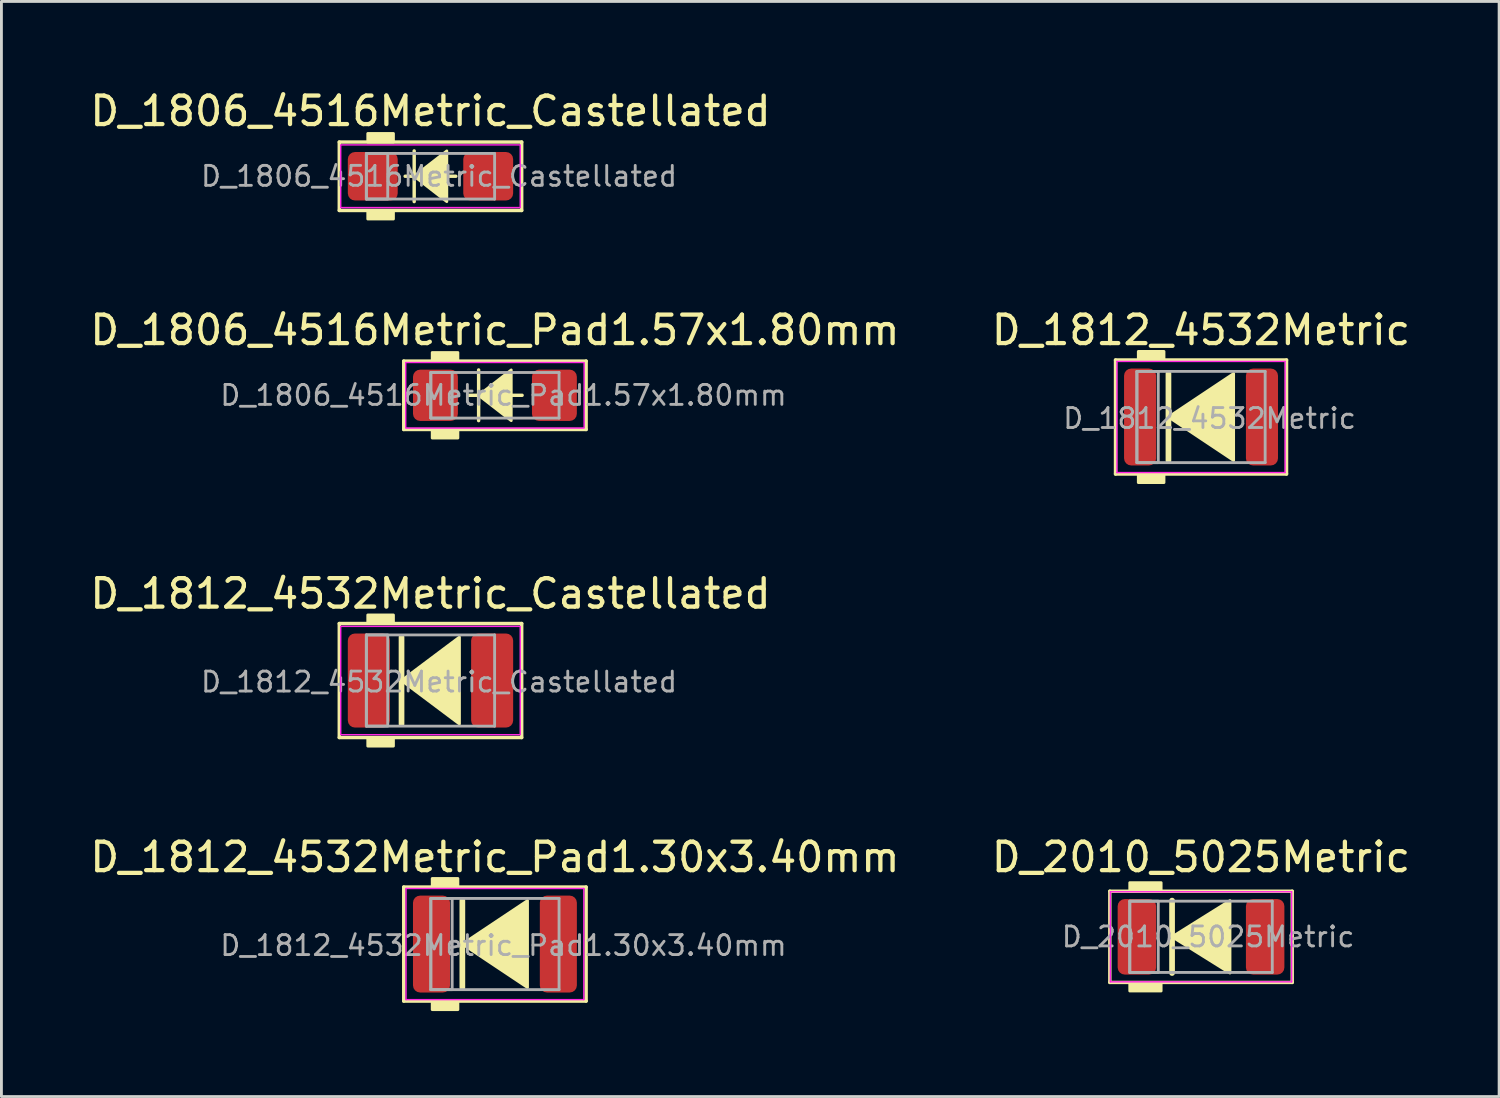
<source format=kicad_pcb>
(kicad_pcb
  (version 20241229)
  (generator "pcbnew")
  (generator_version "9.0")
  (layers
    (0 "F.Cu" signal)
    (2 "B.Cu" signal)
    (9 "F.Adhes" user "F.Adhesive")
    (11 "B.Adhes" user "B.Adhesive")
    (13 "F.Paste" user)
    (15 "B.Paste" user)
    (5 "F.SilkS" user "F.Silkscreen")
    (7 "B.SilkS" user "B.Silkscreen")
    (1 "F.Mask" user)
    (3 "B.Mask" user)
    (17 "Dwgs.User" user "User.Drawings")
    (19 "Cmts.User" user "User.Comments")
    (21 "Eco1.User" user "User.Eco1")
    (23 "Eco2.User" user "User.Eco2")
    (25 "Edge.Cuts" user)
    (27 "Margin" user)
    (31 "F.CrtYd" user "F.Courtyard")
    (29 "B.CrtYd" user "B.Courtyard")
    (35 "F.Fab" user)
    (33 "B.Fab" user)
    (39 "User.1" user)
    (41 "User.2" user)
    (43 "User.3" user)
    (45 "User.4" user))
  (footprint "D_1812_4532Metric_Pad1.30x3.40mm"
    (layer "F.Cu")
    (at 14.315 30.073)
    (property "Reference" "D_1812_4532Metric_Pad1.30x3.40mm" (at 0 -3.048 0) (layer "F.SilkS") (effects (font (size 1 1) (thickness 0.15))))
    (attr smd)
    (fp_line (start -3.2 -2) (end -3.2 2) (stroke (width 0.12) (type solid)) (layer "F.SilkS"))
    (fp_line (start -3.2 2) (end 3.2 2) (stroke (width 0.12) (type solid)) (layer "F.SilkS"))
    (fp_line (start -1.143 -1.524) (end -1.143 1.524) (stroke (width 0.2) (type solid)) (layer "F.SilkS"))
    (fp_line (start 3.2 -2) (end -3.2 -2) (stroke (width 0.12) (type solid)) (layer "F.SilkS"))
    (fp_line (start 3.2 2) (end 3.2 -2) (stroke (width 0.12) (type solid)) (layer "F.SilkS"))
    (fp_poly (pts (xy 1.143 1.524) (xy -1.143 0) (xy 1.143 -1.524)) (stroke (width 0.1) (type solid)) (fill yes) (layer "F.SilkS"))
    (fp_poly (pts (xy -1.3 -2) (xy -2.2 -2) (xy -2.2 -2.3) (xy -1.3 -2.3)) (stroke (width 0.1) (type solid)) (fill yes) (layer "F.SilkS"))
    (fp_poly (pts (xy -1.3 2.3) (xy -2.2 2.3) (xy -2.2 2) (xy -1.3 2)) (stroke (width 0.1) (type solid)) (fill yes) (layer "F.SilkS"))
    (fp_line (start -3.12 -1.95) (end 3.12 -1.95) (stroke (width 0.05) (type solid)) (layer "F.CrtYd"))
    (fp_line (start -3.12 1.95) (end -3.12 -1.95) (stroke (width 0.05) (type solid)) (layer "F.CrtYd"))
    (fp_line (start 3.12 -1.95) (end 3.12 1.95) (stroke (width 0.05) (type solid)) (layer "F.CrtYd"))
    (fp_line (start 3.12 1.95) (end -3.12 1.95) (stroke (width 0.05) (type solid)) (layer "F.CrtYd"))
    (fp_line (start -2.25 -1.6) (end -2.25 1.6) (stroke (width 0.1) (type solid)) (layer "F.Fab"))
    (fp_line (start -2.25 1.6) (end 2.25 1.6) (stroke (width 0.1) (type solid)) (layer "F.Fab"))
    (fp_line (start 2.25 -1.6) (end -2.25 -1.6) (stroke (width 0.1) (type solid)) (layer "F.Fab"))
    (fp_line (start 2.25 1.6) (end 2.25 -1.6) (stroke (width 0.1) (type solid)) (layer "F.Fab"))
    (fp_rect (start -2.25 -1.6) (end -1.5 1.6) (stroke (width 0.1) (type solid)) (fill no) (layer "F.Fab"))
    (fp_text user "${REFERENCE}" (at 0.3 0.05 0) (layer "F.Fab") (effects (font (size 0.7 0.7) (thickness 0.1))))
    (pad "1" smd roundrect (at -2.225 0) (size 1.3 3.4) (layers "F.Cu" "F.Mask" "F.Paste") (roundrect_rratio 0.192))
    (pad "2" smd roundrect (at 2.225 0) (size 1.3 3.4) (layers "F.Cu" "F.Mask" "F.Paste") (roundrect_rratio 0.192)))
  (footprint "D_1806_4516Metric_Castellated"
    (layer "F.Cu")
    (at 12.054 3.134)
    (property "Reference" "D_1806_4516Metric_Castellated" (at 0 -2.286 0) (layer "F.SilkS") (effects (font (size 1 1) (thickness 0.15))))
    (attr smd)
    (fp_line (start -3.2 -1.2) (end -3.2 1.2) (stroke (width 0.12) (type solid)) (layer "F.SilkS"))
    (fp_line (start -3.2 1.2) (end 3.2 1.2) (stroke (width 0.12) (type solid)) (layer "F.SilkS"))
    (fp_line (start -0.889 0) (end -0.572 0) (stroke (width 0.12) (type solid)) (layer "F.SilkS"))
    (fp_line (start -0.572 -0.889) (end -0.572 0.889) (stroke (width 0.12) (type solid)) (layer "F.SilkS"))
    (fp_line (start 0.572 0) (end 0.889 0) (stroke (width 0.12) (type solid)) (layer "F.SilkS"))
    (fp_line (start 3.2 -1.2) (end -3.2 -1.2) (stroke (width 0.12) (type solid)) (layer "F.SilkS"))
    (fp_line (start 3.2 1.2) (end 3.2 -1.2) (stroke (width 0.12) (type solid)) (layer "F.SilkS"))
    (fp_poly (pts (xy 0.572 0.889) (xy -0.572 0) (xy 0.572 -0.889)) (stroke (width 0.1) (type solid)) (fill yes) (layer "F.SilkS"))
    (fp_poly (pts (xy -1.3 -1.2) (xy -2.2 -1.2) (xy -2.2 -1.5) (xy -1.3 -1.5)) (stroke (width 0.1) (type solid)) (fill yes) (layer "F.SilkS"))
    (fp_poly (pts (xy -1.3 1.5) (xy -2.2 1.5) (xy -2.2 1.2) (xy -1.3 1.2)) (stroke (width 0.1) (type solid)) (fill yes) (layer "F.SilkS"))
    (fp_rect (start -3.15 -1.1) (end 3.15 1.1) (stroke (width 0.05) (type solid)) (fill no) (layer "F.CrtYd"))
    (fp_line (start -2.25 -0.8) (end -2.25 0.8) (stroke (width 0.1) (type solid)) (layer "F.Fab"))
    (fp_line (start -2.25 0.8) (end 2.25 0.8) (stroke (width 0.1) (type solid)) (layer "F.Fab"))
    (fp_line (start 2.25 -0.8) (end -2.25 -0.8) (stroke (width 0.1) (type solid)) (layer "F.Fab"))
    (fp_line (start 2.25 0.8) (end 2.25 -0.8) (stroke (width 0.1) (type solid)) (layer "F.Fab"))
    (fp_rect (start -2.25 -0.8) (end -1.5 0.8) (stroke (width 0.1) (type solid)) (fill no) (layer "F.Fab"))
    (fp_text user "${REFERENCE}" (at 0.3 0 0) (layer "F.Fab") (effects (font (size 0.7 0.7) (thickness 0.1))))
    (pad "1" smd roundrect (at -2.025 0) (size 1.75 1.7) (layers "F.Cu" "F.Mask" "F.Paste") (roundrect_rratio 0.147))
    (pad "2" smd roundrect (at 2.025 0) (size 1.75 1.7) (layers "F.Cu" "F.Mask" "F.Paste") (roundrect_rratio 0.147)))
  (footprint "D_1806_4516Metric_Pad1.57x1.80mm"
    (layer "F.Cu")
    (at 14.315 10.819)
    (property "Reference" "D_1806_4516Metric_Pad1.57x1.80mm" (at 0 -2.286 0) (layer "F.SilkS") (effects (font (size 1 1) (thickness 0.15))))
    (attr smd)
    (fp_line (start -3.2 -1.2) (end -3.2 1.2) (stroke (width 0.12) (type solid)) (layer "F.SilkS"))
    (fp_line (start -3.2 1.2) (end 3.2 1.2) (stroke (width 0.12) (type solid)) (layer "F.SilkS"))
    (fp_line (start -0.953 0) (end -0.572 0) (stroke (width 0.12) (type solid)) (layer "F.SilkS"))
    (fp_line (start -0.572 -0.889) (end -0.572 0.889) (stroke (width 0.12) (type solid)) (layer "F.SilkS"))
    (fp_line (start 0.572 0) (end 0.953 0) (stroke (width 0.12) (type solid)) (layer "F.SilkS"))
    (fp_line (start 3.2 -1.2) (end -3.2 -1.2) (stroke (width 0.12) (type solid)) (layer "F.SilkS"))
    (fp_line (start 3.2 1.2) (end 3.2 -1.2) (stroke (width 0.12) (type solid)) (layer "F.SilkS"))
    (fp_poly (pts (xy 0.572 0.889) (xy -0.572 0) (xy 0.572 -0.889)) (stroke (width 0.1) (type solid)) (fill yes) (layer "F.SilkS"))
    (fp_poly (pts (xy -1.3 -1.2) (xy -2.2 -1.2) (xy -2.2 -1.5) (xy -1.3 -1.5)) (stroke (width 0.1) (type solid)) (fill yes) (layer "F.SilkS"))
    (fp_poly (pts (xy -1.3 1.5) (xy -2.2 1.5) (xy -2.2 1.2) (xy -1.3 1.2)) (stroke (width 0.1) (type solid)) (fill yes) (layer "F.SilkS"))
    (fp_rect (start -3.13 -1.15) (end 3.13 1.15) (stroke (width 0.05) (type solid)) (fill no) (layer "F.CrtYd"))
    (fp_line (start -2.25 -0.8) (end -2.25 0.8) (stroke (width 0.1) (type solid)) (layer "F.Fab"))
    (fp_line (start -2.25 0.8) (end 2.25 0.8) (stroke (width 0.1) (type solid)) (layer "F.Fab"))
    (fp_line (start 2.25 -0.8) (end -2.25 -0.8) (stroke (width 0.1) (type solid)) (layer "F.Fab"))
    (fp_line (start 2.25 0.8) (end 2.25 -0.8) (stroke (width 0.1) (type solid)) (layer "F.Fab"))
    (fp_rect (start -2.25 -0.8) (end -1.5 0.8) (stroke (width 0.1) (type solid)) (fill no) (layer "F.Fab"))
    (fp_text user "${REFERENCE}" (at 0.3 0 0) (layer "F.Fab") (effects (font (size 0.7 0.7) (thickness 0.1))))
    (pad "1" smd roundrect (at -2.087 0) (size 1.575 1.8) (layers "F.Cu" "F.Mask" "F.Paste") (roundrect_rratio 0.159))
    (pad "2" smd roundrect (at 2.087 0) (size 1.575 1.8) (layers "F.Cu" "F.Mask" "F.Paste") (roundrect_rratio 0.159)))
  (footprint "D_2010_5025Metric"
    (layer "F.Cu")
    (at 39.089 29.819)
    (property "Reference" "D_2010_5025Metric" (at 0 -2.794 0) (layer "F.SilkS") (effects (font (size 1 1) (thickness 0.15))))
    (attr smd)
    (fp_line (start -3.2 -1.6) (end -3.2 1.6) (stroke (width 0.12) (type solid)) (layer "F.SilkS"))
    (fp_line (start -3.2 1.6) (end 3.2 1.6) (stroke (width 0.12) (type solid)) (layer "F.SilkS"))
    (fp_line (start -1.016 -1.27) (end -1.016 1.27) (stroke (width 0.2) (type solid)) (layer "F.SilkS"))
    (fp_line (start 3.2 -1.6) (end -3.2 -1.6) (stroke (width 0.12) (type solid)) (layer "F.SilkS"))
    (fp_line (start 3.2 1.6) (end 3.2 -1.6) (stroke (width 0.12) (type solid)) (layer "F.SilkS"))
    (fp_poly (pts (xy 1.016 1.27) (xy -1.016 0) (xy 1.016 -1.27)) (stroke (width 0.1) (type solid)) (fill yes) (layer "F.SilkS"))
    (fp_poly (pts (xy -1.4 -1.6) (xy -2.5 -1.6) (xy -2.5 -1.9) (xy -1.4 -1.9)) (stroke (width 0.1) (type solid)) (fill yes) (layer "F.SilkS"))
    (fp_poly (pts (xy -1.4 1.9) (xy -2.5 1.9) (xy -2.5 1.6) (xy -1.4 1.6)) (stroke (width 0.1) (type solid)) (fill yes) (layer "F.SilkS"))
    (fp_line (start -3.18 -1.58) (end 3.18 -1.58) (stroke (width 0.05) (type solid)) (layer "F.CrtYd"))
    (fp_line (start -3.18 1.58) (end -3.18 -1.58) (stroke (width 0.05) (type solid)) (layer "F.CrtYd"))
    (fp_line (start 3.18 -1.58) (end 3.18 1.58) (stroke (width 0.05) (type solid)) (layer "F.CrtYd"))
    (fp_line (start 3.18 1.58) (end -3.18 1.58) (stroke (width 0.05) (type solid)) (layer "F.CrtYd"))
    (fp_line (start -2.5 -1.25) (end -2.5 1.25) (stroke (width 0.1) (type solid)) (layer "F.Fab"))
    (fp_line (start -2.5 1.25) (end 2.5 1.25) (stroke (width 0.1) (type solid)) (layer "F.Fab"))
    (fp_line (start 2.5 -1.25) (end -2.5 -1.25) (stroke (width 0.1) (type solid)) (layer "F.Fab"))
    (fp_line (start 2.5 1.25) (end 2.5 -1.25) (stroke (width 0.1) (type solid)) (layer "F.Fab"))
    (fp_rect (start -2.5 -1.25) (end -1.5 1.25) (stroke (width 0.1) (type solid)) (fill no) (layer "F.Fab"))
    (fp_text user "${REFERENCE}" (at 0.25 0 0) (layer "F.Fab") (effects (font (size 0.7 0.7) (thickness 0.1))))
    (pad "1" smd roundrect (at -2.25 0) (size 1.35 2.65) (layers "F.Cu" "F.Mask" "F.Paste") (roundrect_rratio 0.185))
    (pad "2" smd roundrect (at 2.25 0) (size 1.35 2.65) (layers "F.Cu" "F.Mask" "F.Paste") (roundrect_rratio 0.185)))
  (footprint "D_1812_4532Metric_Castellated"
    (layer "F.Cu")
    (at 12.054 20.827)
    (property "Reference" "D_1812_4532Metric_Castellated" (at 0 -3.048 0) (layer "F.SilkS") (effects (font (size 1 1) (thickness 0.15))))
    (attr smd)
    (fp_line (start -3.2 -2) (end -3.2 2) (stroke (width 0.12) (type solid)) (layer "F.SilkS"))
    (fp_line (start -3.2 2) (end 3.2 2) (stroke (width 0.12) (type solid)) (layer "F.SilkS"))
    (fp_line (start -1.016 -1.524) (end -1.016 1.524) (stroke (width 0.2) (type solid)) (layer "F.SilkS"))
    (fp_line (start 3.2 -2) (end -3.2 -2) (stroke (width 0.12) (type solid)) (layer "F.SilkS"))
    (fp_line (start 3.2 2) (end 3.2 -2) (stroke (width 0.12) (type solid)) (layer "F.SilkS"))
    (fp_poly (pts (xy 1.016 1.524) (xy -1.016 0) (xy 1.016 -1.524)) (stroke (width 0.1) (type solid)) (fill yes) (layer "F.SilkS"))
    (fp_poly (pts (xy -1.3 -2) (xy -2.2 -2) (xy -2.2 -2.3) (xy -1.3 -2.3)) (stroke (width 0.1) (type solid)) (fill yes) (layer "F.SilkS"))
    (fp_poly (pts (xy -1.3 2.3) (xy -2.2 2.3) (xy -2.2 2) (xy -1.3 2)) (stroke (width 0.1) (type solid)) (fill yes) (layer "F.SilkS"))
    (fp_rect (start -3.15 -1.9) (end 3.15 1.9) (stroke (width 0.05) (type solid)) (fill no) (layer "F.CrtYd"))
    (fp_line (start -2.25 -1.6) (end -2.25 1.6) (stroke (width 0.1) (type solid)) (layer "F.Fab"))
    (fp_line (start -2.25 1.6) (end 2.25 1.6) (stroke (width 0.1) (type solid)) (layer "F.Fab"))
    (fp_line (start 2.25 -1.6) (end -2.25 -1.6) (stroke (width 0.1) (type solid)) (layer "F.Fab"))
    (fp_line (start 2.25 1.6) (end 2.25 -1.6) (stroke (width 0.1) (type solid)) (layer "F.Fab"))
    (fp_rect (start -2.25 -1.6) (end -1.5 1.6) (stroke (width 0.1) (type solid)) (fill no) (layer "F.Fab"))
    (fp_text user "${REFERENCE}" (at 0.3 0.05 0) (layer "F.Fab") (effects (font (size 0.7 0.7) (thickness 0.1))))
    (pad "1" smd roundrect (at -2.163 0) (size 1.475 3.3) (layers "F.Cu" "F.Mask" "F.Paste") (roundrect_rratio 0.169))
    (pad "2" smd roundrect (at 2.163 0) (size 1.475 3.3) (layers "F.Cu" "F.Mask" "F.Paste") (roundrect_rratio 0.169)))
  (footprint "D_1812_4532Metric"
    (layer "F.Cu")
    (at 39.089 11.581)
    (property "Reference" "D_1812_4532Metric" (at 0 -3.048 0) (layer "F.SilkS") (effects (font (size 1 1) (thickness 0.15))))
    (attr smd)
    (fp_line (start -3 -2) (end -3 2) (stroke (width 0.12) (type solid)) (layer "F.SilkS"))
    (fp_line (start -3 2) (end 3 2) (stroke (width 0.12) (type solid)) (layer "F.SilkS"))
    (fp_line (start -1.143 -1.524) (end -1.143 1.524) (stroke (width 0.2) (type solid)) (layer "F.SilkS"))
    (fp_line (start 3 -2) (end -3 -2) (stroke (width 0.12) (type solid)) (layer "F.SilkS"))
    (fp_line (start 3 2) (end 3 -2) (stroke (width 0.12) (type solid)) (layer "F.SilkS"))
    (fp_poly (pts (xy 1.143 1.524) (xy -1.143 0) (xy 1.143 -1.524)) (stroke (width 0.1) (type solid)) (fill yes) (layer "F.SilkS"))
    (fp_poly (pts (xy -1.3 -2) (xy -2.2 -2) (xy -2.2 -2.3) (xy -1.3 -2.3)) (stroke (width 0.1) (type solid)) (fill yes) (layer "F.SilkS"))
    (fp_poly (pts (xy -1.3 2.3) (xy -2.2 2.3) (xy -2.2 2) (xy -1.3 2)) (stroke (width 0.1) (type solid)) (fill yes) (layer "F.SilkS"))
    (fp_line (start -2.95 -1.95) (end 2.95 -1.95) (stroke (width 0.05) (type solid)) (layer "F.CrtYd"))
    (fp_line (start -2.95 1.95) (end -2.95 -1.95) (stroke (width 0.05) (type solid)) (layer "F.CrtYd"))
    (fp_line (start 2.95 -1.95) (end 2.95 1.95) (stroke (width 0.05) (type solid)) (layer "F.CrtYd"))
    (fp_line (start 2.95 1.95) (end -2.95 1.95) (stroke (width 0.05) (type solid)) (layer "F.CrtYd"))
    (fp_line (start -2.25 -1.6) (end -2.25 1.6) (stroke (width 0.1) (type solid)) (layer "F.Fab"))
    (fp_line (start -2.25 1.6) (end 2.25 1.6) (stroke (width 0.1) (type solid)) (layer "F.Fab"))
    (fp_line (start 2.25 -1.6) (end -2.25 -1.6) (stroke (width 0.1) (type solid)) (layer "F.Fab"))
    (fp_line (start 2.25 1.6) (end 2.25 -1.6) (stroke (width 0.1) (type solid)) (layer "F.Fab"))
    (fp_rect (start -2.25 -1.6) (end -1.5 1.6) (stroke (width 0.1) (type solid)) (fill no) (layer "F.Fab"))
    (fp_text user "${REFERENCE}" (at 0.3 0.05 0) (layer "F.Fab") (effects (font (size 0.7 0.7) (thickness 0.1))))
    (pad "1" smd roundrect (at -2.138 0) (size 1.125 3.4) (layers "F.Cu" "F.Mask" "F.Paste") (roundrect_rratio 0.222))
    (pad "2" smd roundrect (at 2.138 0) (size 1.125 3.4) (layers "F.Cu" "F.Mask" "F.Paste") (roundrect_rratio 0.222)))
  (gr_rect
    (start -3 -3)
    (end 49.548 35.423)
    (stroke (width 0.1) (type default))
    (fill no)
    (layer "Edge.Cuts")))
</source>
